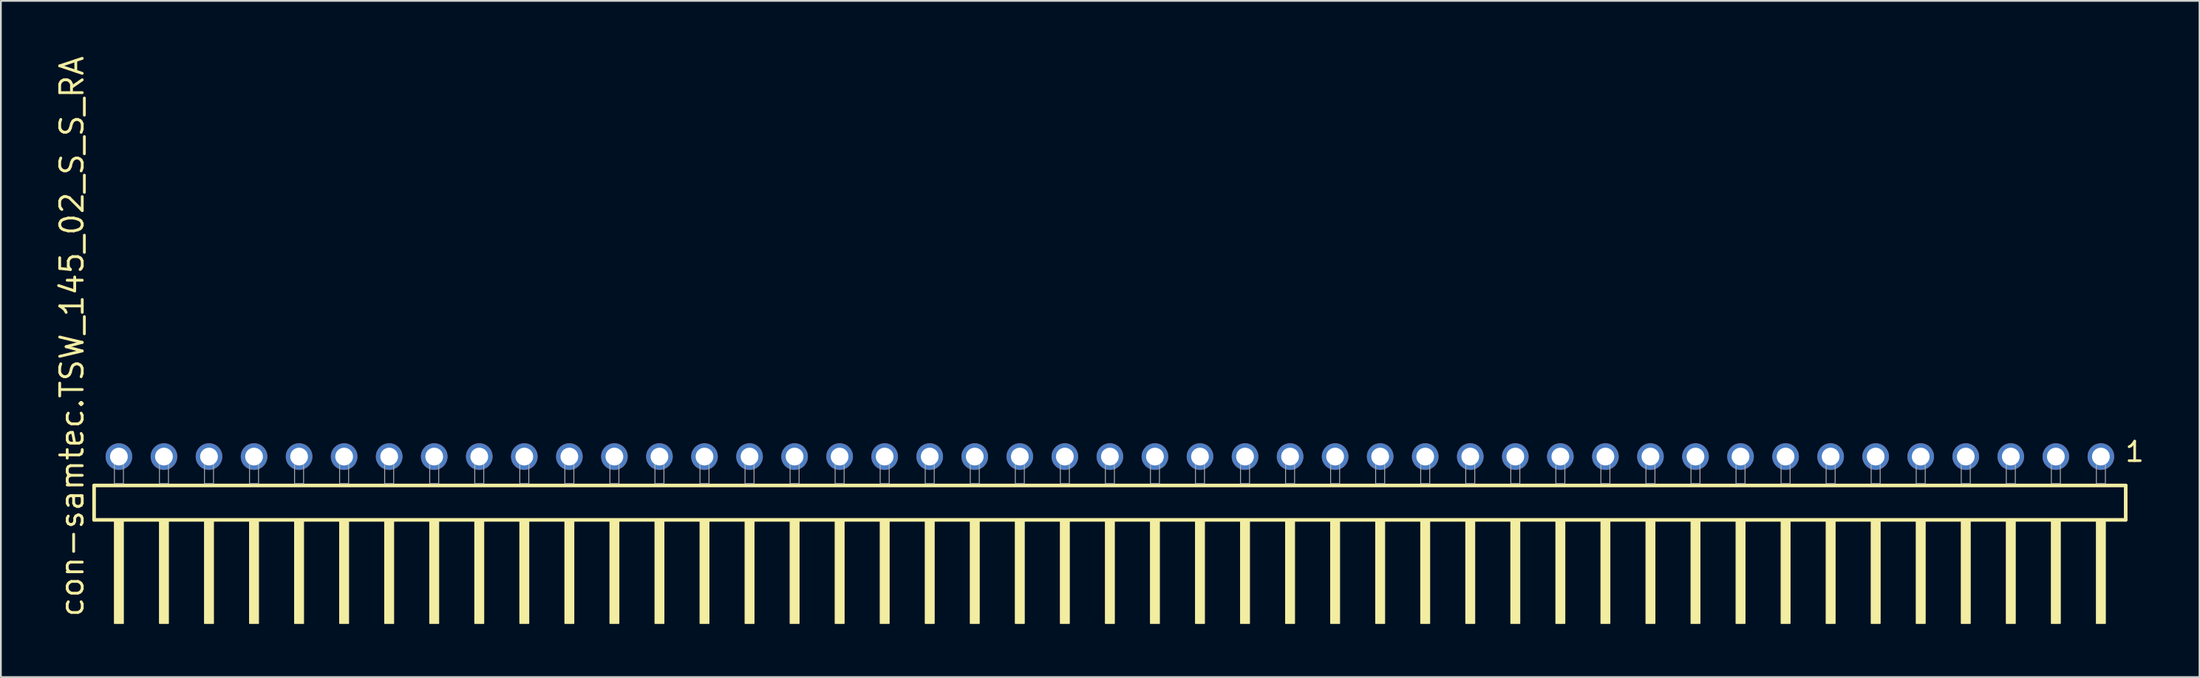
<source format=kicad_pcb>
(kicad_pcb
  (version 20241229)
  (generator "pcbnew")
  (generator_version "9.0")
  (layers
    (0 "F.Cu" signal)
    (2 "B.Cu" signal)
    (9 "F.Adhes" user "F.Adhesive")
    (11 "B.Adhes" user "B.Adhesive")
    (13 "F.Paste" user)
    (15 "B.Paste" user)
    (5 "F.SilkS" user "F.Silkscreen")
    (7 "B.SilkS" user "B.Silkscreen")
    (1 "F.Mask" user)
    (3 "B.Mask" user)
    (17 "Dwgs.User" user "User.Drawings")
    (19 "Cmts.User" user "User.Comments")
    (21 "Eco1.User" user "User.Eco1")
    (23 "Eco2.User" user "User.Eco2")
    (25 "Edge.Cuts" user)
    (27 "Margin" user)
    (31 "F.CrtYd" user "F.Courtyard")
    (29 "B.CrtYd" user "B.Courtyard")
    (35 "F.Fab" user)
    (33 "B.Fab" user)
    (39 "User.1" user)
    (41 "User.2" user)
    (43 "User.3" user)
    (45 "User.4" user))
  (footprint "con-samtec.TSW_145_02_S_S_RA"
    (layer "F.Cu")
    (at 59.535 24.235)
    (property "Reference" "con-samtec.TSW_145_02_S_S_RA" (at -57.785 7.62 90) (layer "F.SilkS") (effects (font (size 1.27 1.27) (thickness 0.16)) (justify left bottom)))
    (attr through_hole)
    (fp_line (start -57.279 0.106) (end -57.279 2.046) (stroke (width 0.203) (type default)) (layer "F.SilkS"))
    (fp_line (start -57.279 2.046) (end 57.279 2.046) (stroke (width 0.203) (type default)) (layer "F.SilkS"))
    (fp_line (start 57.279 0.106) (end -57.279 0.106) (stroke (width 0.203) (type default)) (layer "F.SilkS"))
    (fp_line (start 57.279 2.046) (end 57.279 0.106) (stroke (width 0.203) (type default)) (layer "F.SilkS"))
    (fp_rect (start -56.134 7.89) (end -55.626 2.04) (stroke (width 0.05) (type default)) (fill yes) (layer "F.SilkS"))
    (fp_rect (start -53.594 7.89) (end -53.086 2.04) (stroke (width 0.05) (type default)) (fill yes) (layer "F.SilkS"))
    (fp_rect (start -51.054 7.89) (end -50.546 2.04) (stroke (width 0.05) (type default)) (fill yes) (layer "F.SilkS"))
    (fp_rect (start -48.514 7.89) (end -48.006 2.04) (stroke (width 0.05) (type default)) (fill yes) (layer "F.SilkS"))
    (fp_rect (start -45.974 7.89) (end -45.466 2.04) (stroke (width 0.05) (type default)) (fill yes) (layer "F.SilkS"))
    (fp_rect (start -43.434 7.89) (end -42.926 2.04) (stroke (width 0.05) (type default)) (fill yes) (layer "F.SilkS"))
    (fp_rect (start -40.894 7.89) (end -40.386 2.04) (stroke (width 0.05) (type default)) (fill yes) (layer "F.SilkS"))
    (fp_rect (start -38.354 7.89) (end -37.846 2.04) (stroke (width 0.05) (type default)) (fill yes) (layer "F.SilkS"))
    (fp_rect (start -35.814 7.89) (end -35.306 2.04) (stroke (width 0.05) (type default)) (fill yes) (layer "F.SilkS"))
    (fp_rect (start -33.274 7.89) (end -32.766 2.04) (stroke (width 0.05) (type default)) (fill yes) (layer "F.SilkS"))
    (fp_rect (start -30.734 7.89) (end -30.226 2.04) (stroke (width 0.05) (type default)) (fill yes) (layer "F.SilkS"))
    (fp_rect (start -28.194 7.89) (end -27.686 2.04) (stroke (width 0.05) (type default)) (fill yes) (layer "F.SilkS"))
    (fp_rect (start -25.654 7.89) (end -25.146 2.04) (stroke (width 0.05) (type default)) (fill yes) (layer "F.SilkS"))
    (fp_rect (start -23.114 7.89) (end -22.606 2.04) (stroke (width 0.05) (type default)) (fill yes) (layer "F.SilkS"))
    (fp_rect (start -20.574 7.89) (end -20.066 2.04) (stroke (width 0.05) (type default)) (fill yes) (layer "F.SilkS"))
    (fp_rect (start -18.034 7.89) (end -17.526 2.04) (stroke (width 0.05) (type default)) (fill yes) (layer "F.SilkS"))
    (fp_rect (start -15.494 7.89) (end -14.986 2.04) (stroke (width 0.05) (type default)) (fill yes) (layer "F.SilkS"))
    (fp_rect (start -12.954 7.89) (end -12.446 2.04) (stroke (width 0.05) (type default)) (fill yes) (layer "F.SilkS"))
    (fp_rect (start -10.414 7.89) (end -9.906 2.04) (stroke (width 0.05) (type default)) (fill yes) (layer "F.SilkS"))
    (fp_rect (start -7.874 7.89) (end -7.366 2.04) (stroke (width 0.05) (type default)) (fill yes) (layer "F.SilkS"))
    (fp_rect (start -5.334 7.89) (end -4.826 2.04) (stroke (width 0.05) (type default)) (fill yes) (layer "F.SilkS"))
    (fp_rect (start -2.794 7.89) (end -2.286 2.04) (stroke (width 0.05) (type default)) (fill yes) (layer "F.SilkS"))
    (fp_rect (start -0.254 7.89) (end 0.254 2.04) (stroke (width 0.05) (type default)) (fill yes) (layer "F.SilkS"))
    (fp_rect (start 2.286 7.89) (end 2.794 2.04) (stroke (width 0.05) (type default)) (fill yes) (layer "F.SilkS"))
    (fp_rect (start 4.826 7.89) (end 5.334 2.04) (stroke (width 0.05) (type default)) (fill yes) (layer "F.SilkS"))
    (fp_rect (start 7.366 7.89) (end 7.874 2.04) (stroke (width 0.05) (type default)) (fill yes) (layer "F.SilkS"))
    (fp_rect (start 9.906 7.89) (end 10.414 2.04) (stroke (width 0.05) (type default)) (fill yes) (layer "F.SilkS"))
    (fp_rect (start 12.446 7.89) (end 12.954 2.04) (stroke (width 0.05) (type default)) (fill yes) (layer "F.SilkS"))
    (fp_rect (start 14.986 7.89) (end 15.494 2.04) (stroke (width 0.05) (type default)) (fill yes) (layer "F.SilkS"))
    (fp_rect (start 17.526 7.89) (end 18.034 2.04) (stroke (width 0.05) (type default)) (fill yes) (layer "F.SilkS"))
    (fp_rect (start 20.066 7.89) (end 20.574 2.04) (stroke (width 0.05) (type default)) (fill yes) (layer "F.SilkS"))
    (fp_rect (start 22.606 7.89) (end 23.114 2.04) (stroke (width 0.05) (type default)) (fill yes) (layer "F.SilkS"))
    (fp_rect (start 25.146 7.89) (end 25.654 2.04) (stroke (width 0.05) (type default)) (fill yes) (layer "F.SilkS"))
    (fp_rect (start 27.686 7.89) (end 28.194 2.04) (stroke (width 0.05) (type default)) (fill yes) (layer "F.SilkS"))
    (fp_rect (start 30.226 7.89) (end 30.734 2.04) (stroke (width 0.05) (type default)) (fill yes) (layer "F.SilkS"))
    (fp_rect (start 32.766 7.89) (end 33.274 2.04) (stroke (width 0.05) (type default)) (fill yes) (layer "F.SilkS"))
    (fp_rect (start 35.306 7.89) (end 35.814 2.04) (stroke (width 0.05) (type default)) (fill yes) (layer "F.SilkS"))
    (fp_rect (start 37.846 7.89) (end 38.354 2.04) (stroke (width 0.05) (type default)) (fill yes) (layer "F.SilkS"))
    (fp_rect (start 40.386 7.89) (end 40.894 2.04) (stroke (width 0.05) (type default)) (fill yes) (layer "F.SilkS"))
    (fp_rect (start 42.926 7.89) (end 43.434 2.04) (stroke (width 0.05) (type default)) (fill yes) (layer "F.SilkS"))
    (fp_rect (start 45.466 7.89) (end 45.974 2.04) (stroke (width 0.05) (type default)) (fill yes) (layer "F.SilkS"))
    (fp_rect (start 48.006 7.89) (end 48.514 2.04) (stroke (width 0.05) (type default)) (fill yes) (layer "F.SilkS"))
    (fp_rect (start 50.546 7.89) (end 51.054 2.04) (stroke (width 0.05) (type default)) (fill yes) (layer "F.SilkS"))
    (fp_rect (start 53.086 7.89) (end 53.594 2.04) (stroke (width 0.05) (type default)) (fill yes) (layer "F.SilkS"))
    (fp_rect (start 55.626 7.89) (end 56.134 2.04) (stroke (width 0.05) (type default)) (fill yes) (layer "F.SilkS"))
    (fp_rect (start -56.134 0) (end -55.626 -1.778) (stroke (width 0.05) (type default)) (fill no) (layer "F.Fab"))
    (fp_rect (start -53.594 0) (end -53.086 -1.778) (stroke (width 0.05) (type default)) (fill no) (layer "F.Fab"))
    (fp_rect (start -51.054 0) (end -50.546 -1.778) (stroke (width 0.05) (type default)) (fill no) (layer "F.Fab"))
    (fp_rect (start -48.514 0) (end -48.006 -1.778) (stroke (width 0.05) (type default)) (fill no) (layer "F.Fab"))
    (fp_rect (start -45.974 0) (end -45.466 -1.778) (stroke (width 0.05) (type default)) (fill no) (layer "F.Fab"))
    (fp_rect (start -43.434 0) (end -42.926 -1.778) (stroke (width 0.05) (type default)) (fill no) (layer "F.Fab"))
    (fp_rect (start -40.894 0) (end -40.386 -1.778) (stroke (width 0.05) (type default)) (fill no) (layer "F.Fab"))
    (fp_rect (start -38.354 0) (end -37.846 -1.778) (stroke (width 0.05) (type default)) (fill no) (layer "F.Fab"))
    (fp_rect (start -35.814 0) (end -35.306 -1.778) (stroke (width 0.05) (type default)) (fill no) (layer "F.Fab"))
    (fp_rect (start -33.274 0) (end -32.766 -1.778) (stroke (width 0.05) (type default)) (fill no) (layer "F.Fab"))
    (fp_rect (start -30.734 0) (end -30.226 -1.778) (stroke (width 0.05) (type default)) (fill no) (layer "F.Fab"))
    (fp_rect (start -28.194 0) (end -27.686 -1.778) (stroke (width 0.05) (type default)) (fill no) (layer "F.Fab"))
    (fp_rect (start -25.654 0) (end -25.146 -1.778) (stroke (width 0.05) (type default)) (fill no) (layer "F.Fab"))
    (fp_rect (start -23.114 0) (end -22.606 -1.778) (stroke (width 0.05) (type default)) (fill no) (layer "F.Fab"))
    (fp_rect (start -20.574 0) (end -20.066 -1.778) (stroke (width 0.05) (type default)) (fill no) (layer "F.Fab"))
    (fp_rect (start -18.034 0) (end -17.526 -1.778) (stroke (width 0.05) (type default)) (fill no) (layer "F.Fab"))
    (fp_rect (start -15.494 0) (end -14.986 -1.778) (stroke (width 0.05) (type default)) (fill no) (layer "F.Fab"))
    (fp_rect (start -12.954 0) (end -12.446 -1.778) (stroke (width 0.05) (type default)) (fill no) (layer "F.Fab"))
    (fp_rect (start -10.414 0) (end -9.906 -1.778) (stroke (width 0.05) (type default)) (fill no) (layer "F.Fab"))
    (fp_rect (start -7.874 0) (end -7.366 -1.778) (stroke (width 0.05) (type default)) (fill no) (layer "F.Fab"))
    (fp_rect (start -5.334 0) (end -4.826 -1.778) (stroke (width 0.05) (type default)) (fill no) (layer "F.Fab"))
    (fp_rect (start -2.794 0) (end -2.286 -1.778) (stroke (width 0.05) (type default)) (fill no) (layer "F.Fab"))
    (fp_rect (start -0.254 0) (end 0.254 -1.778) (stroke (width 0.05) (type default)) (fill no) (layer "F.Fab"))
    (fp_rect (start 2.286 0) (end 2.794 -1.778) (stroke (width 0.05) (type default)) (fill no) (layer "F.Fab"))
    (fp_rect (start 4.826 0) (end 5.334 -1.778) (stroke (width 0.05) (type default)) (fill no) (layer "F.Fab"))
    (fp_rect (start 7.366 0) (end 7.874 -1.778) (stroke (width 0.05) (type default)) (fill no) (layer "F.Fab"))
    (fp_rect (start 9.906 0) (end 10.414 -1.778) (stroke (width 0.05) (type default)) (fill no) (layer "F.Fab"))
    (fp_rect (start 12.446 0) (end 12.954 -1.778) (stroke (width 0.05) (type default)) (fill no) (layer "F.Fab"))
    (fp_rect (start 14.986 0) (end 15.494 -1.778) (stroke (width 0.05) (type default)) (fill no) (layer "F.Fab"))
    (fp_rect (start 17.526 0) (end 18.034 -1.778) (stroke (width 0.05) (type default)) (fill no) (layer "F.Fab"))
    (fp_rect (start 20.066 0) (end 20.574 -1.778) (stroke (width 0.05) (type default)) (fill no) (layer "F.Fab"))
    (fp_rect (start 22.606 0) (end 23.114 -1.778) (stroke (width 0.05) (type default)) (fill no) (layer "F.Fab"))
    (fp_rect (start 25.146 0) (end 25.654 -1.778) (stroke (width 0.05) (type default)) (fill no) (layer "F.Fab"))
    (fp_rect (start 27.686 0) (end 28.194 -1.778) (stroke (width 0.05) (type default)) (fill no) (layer "F.Fab"))
    (fp_rect (start 30.226 0) (end 30.734 -1.778) (stroke (width 0.05) (type default)) (fill no) (layer "F.Fab"))
    (fp_rect (start 32.766 0) (end 33.274 -1.778) (stroke (width 0.05) (type default)) (fill no) (layer "F.Fab"))
    (fp_rect (start 35.306 0) (end 35.814 -1.778) (stroke (width 0.05) (type default)) (fill no) (layer "F.Fab"))
    (fp_rect (start 37.846 0) (end 38.354 -1.778) (stroke (width 0.05) (type default)) (fill no) (layer "F.Fab"))
    (fp_rect (start 40.386 0) (end 40.894 -1.778) (stroke (width 0.05) (type default)) (fill no) (layer "F.Fab"))
    (fp_rect (start 42.926 0) (end 43.434 -1.778) (stroke (width 0.05) (type default)) (fill no) (layer "F.Fab"))
    (fp_rect (start 45.466 0) (end 45.974 -1.778) (stroke (width 0.05) (type default)) (fill no) (layer "F.Fab"))
    (fp_rect (start 48.006 0) (end 48.514 -1.778) (stroke (width 0.05) (type default)) (fill no) (layer "F.Fab"))
    (fp_rect (start 50.546 0) (end 51.054 -1.778) (stroke (width 0.05) (type default)) (fill no) (layer "F.Fab"))
    (fp_rect (start 53.086 0) (end 53.594 -1.778) (stroke (width 0.05) (type default)) (fill no) (layer "F.Fab"))
    (fp_rect (start 55.626 0) (end 56.134 -1.778) (stroke (width 0.05) (type default)) (fill no) (layer "F.Fab"))
    (fp_text user "1" (at 57.162 -1.152 0) (layer "F.SilkS") (effects (font (size 1.1 1.1) (thickness 0.15)) (justify left bottom)))
    (pad "1" thru_hole circle (at 55.88 -1.524 180) (size 1.5 1.5) (drill 1) (layers "*.Cu" "*.Mask"))
    (pad "2" thru_hole circle (at 53.34 -1.524 180) (size 1.5 1.5) (drill 1) (layers "*.Cu" "*.Mask"))
    (pad "3" thru_hole circle (at 50.8 -1.524 180) (size 1.5 1.5) (drill 1) (layers "*.Cu" "*.Mask"))
    (pad "4" thru_hole circle (at 48.26 -1.524 180) (size 1.5 1.5) (drill 1) (layers "*.Cu" "*.Mask"))
    (pad "5" thru_hole circle (at 45.72 -1.524 180) (size 1.5 1.5) (drill 1) (layers "*.Cu" "*.Mask"))
    (pad "6" thru_hole circle (at 43.18 -1.524 180) (size 1.5 1.5) (drill 1) (layers "*.Cu" "*.Mask"))
    (pad "7" thru_hole circle (at 40.64 -1.524 180) (size 1.5 1.5) (drill 1) (layers "*.Cu" "*.Mask"))
    (pad "8" thru_hole circle (at 38.1 -1.524 180) (size 1.5 1.5) (drill 1) (layers "*.Cu" "*.Mask"))
    (pad "9" thru_hole circle (at 35.56 -1.524 180) (size 1.5 1.5) (drill 1) (layers "*.Cu" "*.Mask"))
    (pad "10" thru_hole circle (at 33.02 -1.524 180) (size 1.5 1.5) (drill 1) (layers "*.Cu" "*.Mask"))
    (pad "11" thru_hole circle (at 30.48 -1.524 180) (size 1.5 1.5) (drill 1) (layers "*.Cu" "*.Mask"))
    (pad "12" thru_hole circle (at 27.94 -1.524 180) (size 1.5 1.5) (drill 1) (layers "*.Cu" "*.Mask"))
    (pad "13" thru_hole circle (at 25.4 -1.524 180) (size 1.5 1.5) (drill 1) (layers "*.Cu" "*.Mask"))
    (pad "14" thru_hole circle (at 22.86 -1.524 180) (size 1.5 1.5) (drill 1) (layers "*.Cu" "*.Mask"))
    (pad "15" thru_hole circle (at 20.32 -1.524 180) (size 1.5 1.5) (drill 1) (layers "*.Cu" "*.Mask"))
    (pad "16" thru_hole circle (at 17.78 -1.524 180) (size 1.5 1.5) (drill 1) (layers "*.Cu" "*.Mask"))
    (pad "17" thru_hole circle (at 15.24 -1.524 180) (size 1.5 1.5) (drill 1) (layers "*.Cu" "*.Mask"))
    (pad "18" thru_hole circle (at 12.7 -1.524 180) (size 1.5 1.5) (drill 1) (layers "*.Cu" "*.Mask"))
    (pad "19" thru_hole circle (at 10.16 -1.524 180) (size 1.5 1.5) (drill 1) (layers "*.Cu" "*.Mask"))
    (pad "20" thru_hole circle (at 7.62 -1.524 180) (size 1.5 1.5) (drill 1) (layers "*.Cu" "*.Mask"))
    (pad "21" thru_hole circle (at 5.08 -1.524 180) (size 1.5 1.5) (drill 1) (layers "*.Cu" "*.Mask"))
    (pad "22" thru_hole circle (at 2.54 -1.524 180) (size 1.5 1.5) (drill 1) (layers "*.Cu" "*.Mask"))
    (pad "23" thru_hole circle (at 0 -1.524 180) (size 1.5 1.5) (drill 1) (layers "*.Cu" "*.Mask"))
    (pad "24" thru_hole circle (at -2.54 -1.524 180) (size 1.5 1.5) (drill 1) (layers "*.Cu" "*.Mask"))
    (pad "25" thru_hole circle (at -5.08 -1.524 180) (size 1.5 1.5) (drill 1) (layers "*.Cu" "*.Mask"))
    (pad "26" thru_hole circle (at -7.62 -1.524 180) (size 1.5 1.5) (drill 1) (layers "*.Cu" "*.Mask"))
    (pad "27" thru_hole circle (at -10.16 -1.524 180) (size 1.5 1.5) (drill 1) (layers "*.Cu" "*.Mask"))
    (pad "28" thru_hole circle (at -12.7 -1.524 180) (size 1.5 1.5) (drill 1) (layers "*.Cu" "*.Mask"))
    (pad "29" thru_hole circle (at -15.24 -1.524 180) (size 1.5 1.5) (drill 1) (layers "*.Cu" "*.Mask"))
    (pad "30" thru_hole circle (at -17.78 -1.524 180) (size 1.5 1.5) (drill 1) (layers "*.Cu" "*.Mask"))
    (pad "31" thru_hole circle (at -20.32 -1.524 180) (size 1.5 1.5) (drill 1) (layers "*.Cu" "*.Mask"))
    (pad "32" thru_hole circle (at -22.86 -1.524 180) (size 1.5 1.5) (drill 1) (layers "*.Cu" "*.Mask"))
    (pad "33" thru_hole circle (at -25.4 -1.524 180) (size 1.5 1.5) (drill 1) (layers "*.Cu" "*.Mask"))
    (pad "34" thru_hole circle (at -27.94 -1.524 180) (size 1.5 1.5) (drill 1) (layers "*.Cu" "*.Mask"))
    (pad "35" thru_hole circle (at -30.48 -1.524 180) (size 1.5 1.5) (drill 1) (layers "*.Cu" "*.Mask"))
    (pad "36" thru_hole circle (at -33.02 -1.524 180) (size 1.5 1.5) (drill 1) (layers "*.Cu" "*.Mask"))
    (pad "37" thru_hole circle (at -35.56 -1.524 180) (size 1.5 1.5) (drill 1) (layers "*.Cu" "*.Mask"))
    (pad "38" thru_hole circle (at -38.1 -1.524 180) (size 1.5 1.5) (drill 1) (layers "*.Cu" "*.Mask"))
    (pad "39" thru_hole circle (at -40.64 -1.524 180) (size 1.5 1.5) (drill 1) (layers "*.Cu" "*.Mask"))
    (pad "40" thru_hole circle (at -43.18 -1.524 180) (size 1.5 1.5) (drill 1) (layers "*.Cu" "*.Mask"))
    (pad "41" thru_hole circle (at -45.72 -1.524 180) (size 1.5 1.5) (drill 1) (layers "*.Cu" "*.Mask"))
    (pad "42" thru_hole circle (at -48.26 -1.524 180) (size 1.5 1.5) (drill 1) (layers "*.Cu" "*.Mask"))
    (pad "43" thru_hole circle (at -50.8 -1.524 180) (size 1.5 1.5) (drill 1) (layers "*.Cu" "*.Mask"))
    (pad "44" thru_hole circle (at -53.34 -1.524 180) (size 1.5 1.5) (drill 1) (layers "*.Cu" "*.Mask"))
    (pad "45" thru_hole circle (at -55.88 -1.524 180) (size 1.5 1.5) (drill 1) (layers "*.Cu" "*.Mask")))
  (gr_rect
    (start -3 -3)
    (end 120.975 35.15)
    (stroke (width 0.1) (type default))
    (fill no)
    (layer "Edge.Cuts")))
</source>
